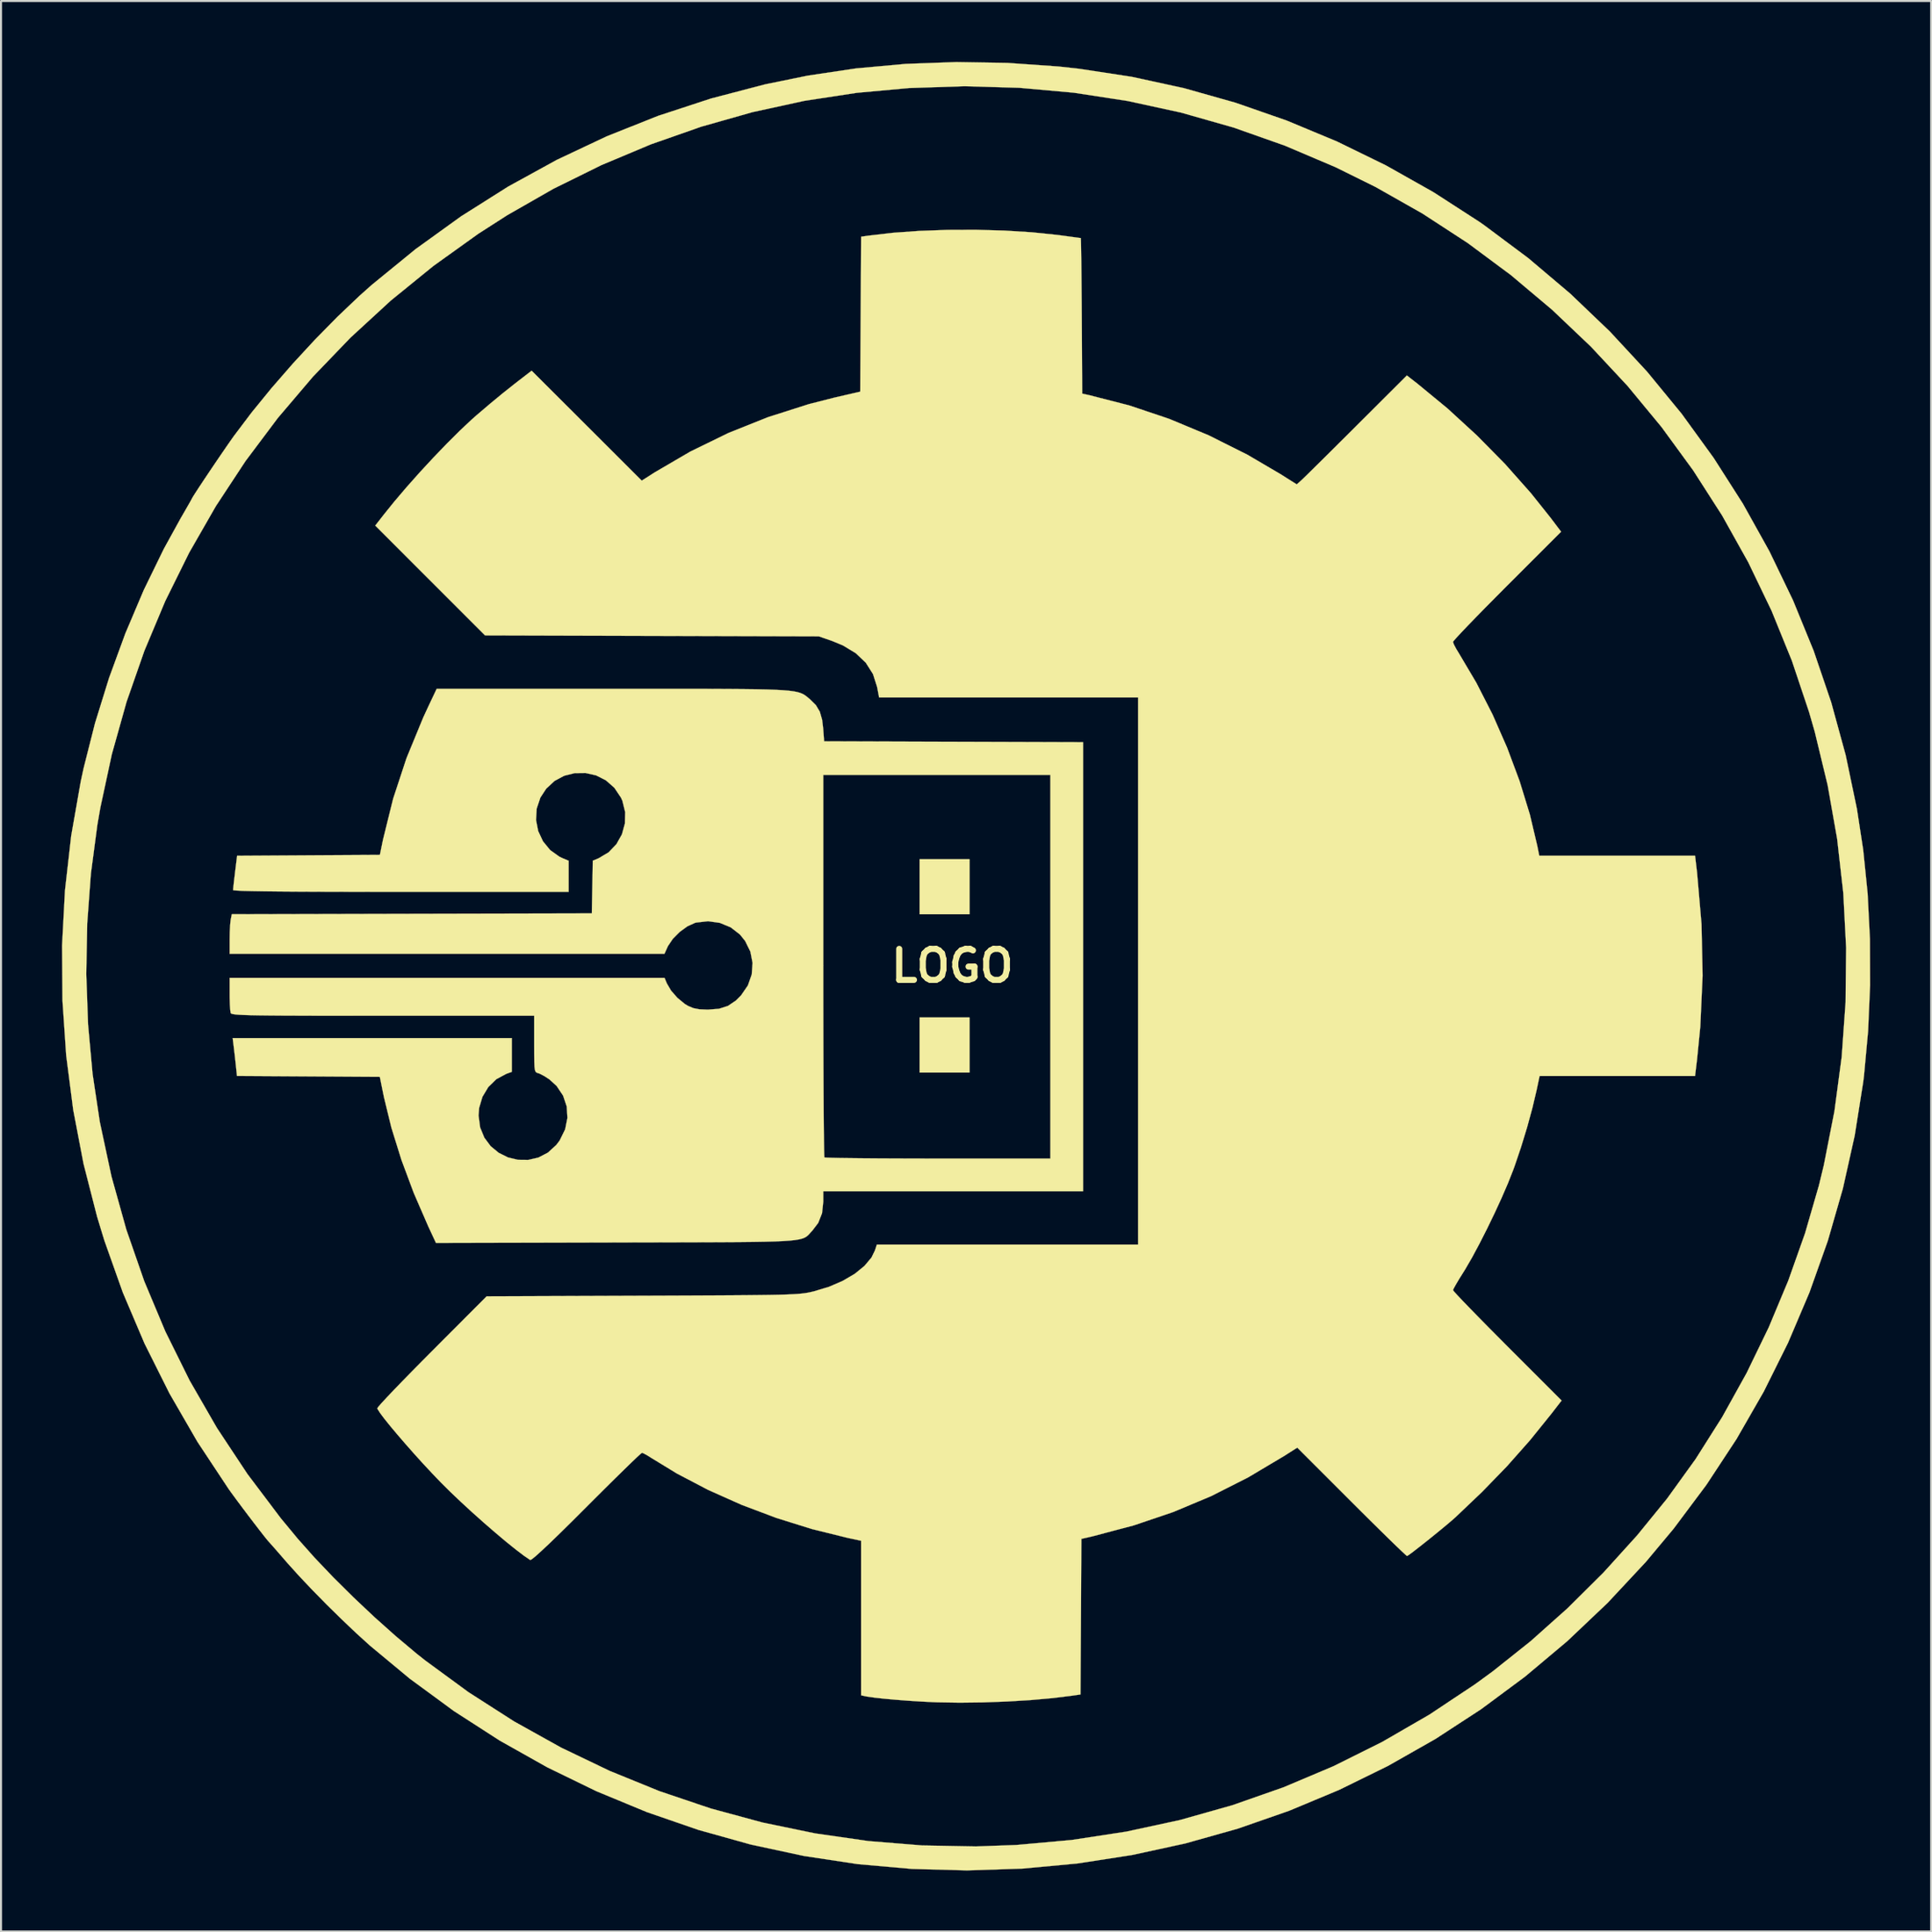
<source format=kicad_pcb>
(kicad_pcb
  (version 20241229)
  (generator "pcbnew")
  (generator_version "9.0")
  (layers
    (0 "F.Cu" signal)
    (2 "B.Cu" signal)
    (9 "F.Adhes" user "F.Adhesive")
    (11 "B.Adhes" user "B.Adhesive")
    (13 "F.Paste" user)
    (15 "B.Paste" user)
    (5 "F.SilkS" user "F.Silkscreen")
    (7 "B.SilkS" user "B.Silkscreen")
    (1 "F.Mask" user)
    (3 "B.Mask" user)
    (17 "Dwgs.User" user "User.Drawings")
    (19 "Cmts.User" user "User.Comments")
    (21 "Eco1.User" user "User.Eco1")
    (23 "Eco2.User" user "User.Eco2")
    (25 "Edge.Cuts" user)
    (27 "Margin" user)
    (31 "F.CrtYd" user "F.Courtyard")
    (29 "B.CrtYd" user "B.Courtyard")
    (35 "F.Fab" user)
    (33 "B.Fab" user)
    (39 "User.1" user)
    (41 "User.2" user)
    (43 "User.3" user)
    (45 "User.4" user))
  (footprint "LOGO"
    (layer "F.Cu")
    (at 43.812 44.479)
    (property "Reference" "LOGO" (at 0 0 0) (layer "F.SilkS") (effects (font (size 1.524 1.524) (thickness 0.3))))
    (attr through_hole)
    (fp_poly (pts (xy 0.847 -2.54) (xy -1.609 -2.54) (xy -1.609 -5.249) (xy 0.847 -5.249) (xy 0.847 -2.54)) (stroke (width 0.01) (type solid)) (fill yes) (layer "F.SilkS"))
    (fp_poly (pts (xy 0.847 5.249) (xy -1.609 5.249) (xy -1.609 2.54) (xy 0.847 2.54) (xy 0.847 5.249)) (stroke (width 0.01) (type solid)) (fill yes) (layer "F.SilkS"))
    (fp_poly (pts (xy -14.01 -13.631) (xy -12.883 -13.631) (xy -11.895 -13.629) (xy -11.036 -13.625) (xy -10.296 -13.619) (xy -9.665 -13.611) (xy -9.134 -13.599) (xy -8.692 -13.583) (xy -8.329 -13.563) (xy -8.036 -13.538) (xy -7.801 -13.507) (xy -7.616 -13.47) (xy -7.47 -13.427) (xy -7.353 -13.377) (xy -7.255 -13.319) (xy -7.167 -13.253) (xy -7.077 -13.179) (xy -7 -13.113) (xy -6.711 -12.827) (xy -6.52 -12.507) (xy -6.406 -12.107) (xy -6.355 -11.684) (xy -6.308 -11.049) (xy 0.064 -11.027) (xy 6.435 -11.006) (xy 6.435 11.091) (xy -6.35 11.091) (xy -6.35 11.602) (xy -6.41 12.172) (xy -6.598 12.649) (xy -6.883 13.022) (xy -6.965 13.111) (xy -7.035 13.191) (xy -7.103 13.261) (xy -7.178 13.323) (xy -7.27 13.376) (xy -7.39 13.422) (xy -7.546 13.461) (xy -7.749 13.494) (xy -8.009 13.521) (xy -8.336 13.543) (xy -8.739 13.561) (xy -9.228 13.574) (xy -9.813 13.584) (xy -10.505 13.592) (xy -11.312 13.597) (xy -12.245 13.601) (xy -13.313 13.604) (xy -14.527 13.607) (xy -15.896 13.61) (xy -16.535 13.612) (xy -25.408 13.634) (xy -25.793 12.807) (xy -26.502 11.173) (xy -27.108 9.548) (xy -27.601 7.964) (xy -27.97 6.452) (xy -27.982 6.392) (xy -28.171 5.461) (xy -31.686 5.439) (xy -35.2 5.417) (xy -35.256 4.889) (xy -35.296 4.523) (xy -35.339 4.152) (xy -35.362 3.958) (xy -35.412 3.556) (xy -21.675 3.556) (xy -21.675 5.215) (xy -21.956 5.317) (xy -22.438 5.577) (xy -22.833 5.963) (xy -23.122 6.445) (xy -23.285 6.992) (xy -23.313 7.366) (xy -23.236 7.95) (xy -23.029 8.454) (xy -22.717 8.874) (xy -22.322 9.2) (xy -21.867 9.426) (xy -21.374 9.545) (xy -20.867 9.55) (xy -20.368 9.434) (xy -19.9 9.191) (xy -19.486 8.813) (xy -19.318 8.588) (xy -19.052 8.047) (xy -18.939 7.481) (xy -18.974 6.918) (xy -19.153 6.385) (xy -19.47 5.911) (xy -19.829 5.585) (xy -20.075 5.425) (xy -20.297 5.309) (xy -20.378 5.28) (xy -20.451 5.257) (xy -20.503 5.215) (xy -20.537 5.127) (xy -20.559 4.969) (xy -20.569 4.716) (xy -20.573 4.343) (xy -20.574 3.843) (xy -20.574 2.455) (xy -28.016 2.455) (xy -29.316 2.455) (xy -30.458 2.454) (xy -31.451 2.453) (xy -32.306 2.45) (xy -33.032 2.447) (xy -33.64 2.442) (xy -34.141 2.436) (xy -34.545 2.428) (xy -34.862 2.418) (xy -35.102 2.406) (xy -35.275 2.392) (xy -35.393 2.375) (xy -35.464 2.356) (xy -35.5 2.334) (xy -35.509 2.321) (xy -35.531 2.181) (xy -35.549 1.917) (xy -35.559 1.576) (xy -35.56 1.39) (xy -35.56 0.593) (xy -14.16 0.593) (xy -14.046 0.867) (xy -13.839 1.219) (xy -13.529 1.573) (xy -13.172 1.869) (xy -13.002 1.973) (xy -12.743 2.081) (xy -12.446 2.138) (xy -12.046 2.155) (xy -12.023 2.155) (xy -11.481 2.113) (xy -11.041 1.972) (xy -10.654 1.712) (xy -10.399 1.458) (xy -10.059 0.965) (xy -9.869 0.422) (xy -9.828 -0.143) (xy -9.936 -0.7) (xy -10.192 -1.222) (xy -10.453 -1.546) (xy -10.906 -1.896) (xy -11.441 -2.116) (xy -12.02 -2.197) (xy -12.606 -2.13) (xy -12.664 -2.115) (xy -13.034 -1.947) (xy -13.415 -1.67) (xy -13.752 -1.331) (xy -13.991 -0.977) (xy -14.01 -0.938) (xy -14.165 -0.593) (xy -35.56 -0.593) (xy -35.56 -1.302) (xy -35.554 -1.669) (xy -35.537 -2.002) (xy -35.513 -2.241) (xy -35.507 -2.275) (xy -35.454 -2.539) (xy -26.596 -2.561) (xy -17.738 -2.582) (xy -17.691 -5.175) (xy -17.4 -5.297) (xy -16.913 -5.586) (xy -16.528 -5.989) (xy -16.257 -6.473) (xy -16.11 -7.009) (xy -16.098 -7.568) (xy -16.233 -8.118) (xy -16.305 -8.279) (xy -16.633 -8.767) (xy -17.05 -9.132) (xy -17.531 -9.374) (xy -17.639 -9.398) (xy -6.35 -9.398) (xy -6.35 -0.014) (xy -6.35 1.232) (xy -6.348 2.431) (xy -6.346 3.572) (xy -6.343 4.643) (xy -6.339 5.635) (xy -6.334 6.535) (xy -6.329 7.334) (xy -6.323 8.02) (xy -6.317 8.582) (xy -6.31 9.01) (xy -6.303 9.293) (xy -6.295 9.42) (xy -6.294 9.426) (xy -6.201 9.436) (xy -5.954 9.445) (xy -5.566 9.454) (xy -5.051 9.461) (xy -4.423 9.468) (xy -3.698 9.474) (xy -2.888 9.478) (xy -2.009 9.481) (xy -1.073 9.483) (xy -0.706 9.483) (xy 4.826 9.483) (xy 4.826 -9.398) (xy -6.35 -9.398) (xy -17.639 -9.398) (xy -18.05 -9.491) (xy -18.58 -9.485) (xy -19.096 -9.355) (xy -19.572 -9.101) (xy -19.981 -8.723) (xy -20.271 -8.279) (xy -20.453 -7.737) (xy -20.485 -7.177) (xy -20.378 -6.631) (xy -20.142 -6.127) (xy -19.79 -5.697) (xy -19.331 -5.37) (xy -19.174 -5.296) (xy -18.881 -5.173) (xy -18.881 -3.641) (xy -27.136 -3.641) (xy -28.66 -3.641) (xy -30.019 -3.644) (xy -31.216 -3.647) (xy -32.254 -3.652) (xy -33.137 -3.659) (xy -33.869 -3.668) (xy -34.453 -3.678) (xy -34.893 -3.689) (xy -35.193 -3.703) (xy -35.356 -3.718) (xy -35.391 -3.73) (xy -35.381 -3.849) (xy -35.355 -4.094) (xy -35.316 -4.422) (xy -35.293 -4.618) (xy -35.194 -5.417) (xy -31.681 -5.439) (xy -28.168 -5.461) (xy -28.011 -6.223) (xy -27.516 -8.223) (xy -26.859 -10.219) (xy -26.036 -12.218) (xy -25.804 -12.721) (xy -25.374 -13.631) (xy -16.724 -13.631) (xy -15.287 -13.631) (xy -14.01 -13.631)) (stroke (width 0.01) (type solid)) (fill yes) (layer "F.SilkS"))
    (fp_poly (pts (xy 2.717 -44.432) (xy 5.222 -44.256) (xy 6.223 -44.147) (xy 8.814 -43.752) (xy 11.392 -43.192) (xy 13.944 -42.471) (xy 16.46 -41.595) (xy 18.928 -40.567) (xy 21.335 -39.392) (xy 23.672 -38.075) (xy 25.925 -36.62) (xy 26.163 -36.454) (xy 28.342 -34.828) (xy 30.408 -33.08) (xy 32.357 -31.216) (xy 34.186 -29.243) (xy 35.889 -27.169) (xy 37.463 -24.999) (xy 38.904 -22.742) (xy 40.207 -20.403) (xy 41.369 -17.99) (xy 42.384 -15.509) (xy 43.25 -12.967) (xy 43.961 -10.372) (xy 44.514 -7.73) (xy 44.823 -5.715) (xy 45.042 -3.561) (xy 45.155 -1.323) (xy 45.163 0.951) (xy 45.065 3.213) (xy 44.862 5.415) (xy 44.825 5.715) (xy 44.406 8.352) (xy 43.823 10.962) (xy 43.081 13.536) (xy 42.182 16.064) (xy 41.131 18.537) (xy 39.933 20.946) (xy 38.592 23.282) (xy 37.111 25.535) (xy 35.495 27.697) (xy 34.124 29.337) (xy 32.245 31.35) (xy 30.263 33.23) (xy 28.185 34.975) (xy 26.018 36.582) (xy 23.766 38.049) (xy 21.436 39.372) (xy 19.035 40.55) (xy 16.568 41.58) (xy 14.041 42.46) (xy 11.46 43.186) (xy 8.831 43.757) (xy 6.161 44.17) (xy 3.455 44.422) (xy 0.72 44.511) (xy -1.99 44.438) (xy -4.656 44.202) (xy -7.302 43.801) (xy -9.919 43.238) (xy -12.499 42.517) (xy -15.033 41.642) (xy -17.512 40.616) (xy -19.926 39.442) (xy -22.268 38.125) (xy -24.529 36.668) (xy -26.699 35.075) (xy -28.658 33.448) (xy -29.322 32.846) (xy -30.039 32.165) (xy -30.774 31.443) (xy -31.49 30.714) (xy -32.151 30.015) (xy -32.721 29.383) (xy -32.786 29.308) (xy -33.07 28.98) (xy -33.315 28.699) (xy -33.5 28.489) (xy -33.602 28.376) (xy -33.614 28.363) (xy -33.7 28.265) (xy -33.867 28.057) (xy -34.095 27.765) (xy -34.365 27.414) (xy -34.656 27.032) (xy -34.949 26.643) (xy -35.224 26.274) (xy -35.46 25.952) (xy -35.613 25.739) (xy -37.144 23.424) (xy -38.523 21.038) (xy -39.749 18.586) (xy -40.818 16.073) (xy -41.729 13.506) (xy -42.081 12.352) (xy -42.75 9.741) (xy -43.258 7.09) (xy -43.604 4.409) (xy -43.787 1.709) (xy -43.797 0.403) (xy -42.617 0.403) (xy -42.529 2.882) (xy -42.306 5.323) (xy -41.951 7.682) (xy -41.378 10.358) (xy -40.648 12.972) (xy -39.763 15.52) (xy -38.722 18) (xy -37.529 20.409) (xy -36.183 22.745) (xy -34.687 25.005) (xy -33.041 27.188) (xy -32.204 28.199) (xy -31.387 29.118) (xy -30.461 30.091) (xy -29.46 31.083) (xy -28.422 32.061) (xy -27.38 32.99) (xy -26.371 33.838) (xy -25.95 34.172) (xy -23.8 35.748) (xy -21.56 37.183) (xy -19.241 38.474) (xy -16.85 39.62) (xy -14.397 40.618) (xy -11.889 41.464) (xy -9.336 42.157) (xy -6.746 42.692) (xy -4.127 43.069) (xy -1.489 43.284) (xy 1.161 43.334) (xy 3.157 43.262) (xy 5.879 43.015) (xy 8.559 42.605) (xy 11.193 42.036) (xy 13.775 41.307) (xy 16.3 40.422) (xy 18.762 39.382) (xy 21.158 38.188) (xy 23.482 36.844) (xy 25.728 35.35) (xy 26.585 34.725) (xy 28.453 33.238) (xy 30.279 31.609) (xy 32.039 29.861) (xy 33.706 28.02) (xy 35.172 26.219) (xy 36.573 24.277) (xy 37.881 22.211) (xy 39.085 20.042) (xy 40.174 17.795) (xy 41.137 15.492) (xy 41.965 13.156) (xy 42.645 10.81) (xy 42.885 9.821) (xy 43.408 7.162) (xy 43.766 4.483) (xy 43.958 1.795) (xy 43.985 -0.896) (xy 43.846 -3.58) (xy 43.543 -6.25) (xy 43.075 -8.896) (xy 42.443 -11.512) (xy 42.162 -12.488) (xy 41.317 -15.011) (xy 40.318 -17.468) (xy 39.172 -19.853) (xy 37.884 -22.159) (xy 36.459 -24.381) (xy 34.904 -26.511) (xy 33.224 -28.544) (xy 31.424 -30.473) (xy 29.51 -32.291) (xy 27.489 -33.992) (xy 25.364 -35.57) (xy 23.142 -37.017) (xy 20.829 -38.328) (xy 18.858 -39.302) (xy 16.369 -40.36) (xy 13.832 -41.256) (xy 11.251 -41.99) (xy 8.632 -42.56) (xy 5.98 -42.967) (xy 3.298 -43.209) (xy 0.593 -43.286) (xy -2.132 -43.197) (xy -4.699 -42.962) (xy -7.268 -42.57) (xy -9.823 -42.013) (xy -12.349 -41.297) (xy -14.833 -40.426) (xy -17.264 -39.406) (xy -19.626 -38.241) (xy -21.907 -36.936) (xy -23.326 -36.025) (xy -25.539 -34.439) (xy -27.636 -32.734) (xy -29.612 -30.917) (xy -31.463 -28.992) (xy -33.187 -26.965) (xy -34.779 -24.843) (xy -36.235 -22.63) (xy -37.553 -20.333) (xy -38.728 -17.957) (xy -39.756 -15.507) (xy -40.635 -12.991) (xy -41.359 -10.412) (xy -41.926 -7.778) (xy -42.071 -6.943) (xy -42.389 -4.542) (xy -42.571 -2.082) (xy -42.617 0.403) (xy -43.797 0.403) (xy -43.807 -1) (xy -43.664 -3.707) (xy -43.358 -6.401) (xy -42.888 -9.073) (xy -42.744 -9.737) (xy -42.184 -11.947) (xy -41.496 -14.165) (xy -40.694 -16.356) (xy -39.79 -18.487) (xy -38.799 -20.521) (xy -37.983 -22.003) (xy -37.775 -22.362) (xy -37.603 -22.663) (xy -37.48 -22.879) (xy -37.424 -22.982) (xy -37.423 -22.987) (xy -37.377 -23.069) (xy -37.253 -23.266) (xy -37.064 -23.555) (xy -36.829 -23.911) (xy -36.562 -24.31) (xy -36.28 -24.728) (xy -36 -25.14) (xy -35.737 -25.523) (xy -35.508 -25.853) (xy -35.339 -26.091) (xy -34.473 -27.238) (xy -33.499 -28.432) (xy -32.45 -29.637) (xy -31.359 -30.818) (xy -30.258 -31.938) (xy -29.181 -32.963) (xy -28.575 -33.503) (xy -26.416 -35.266) (xy -24.176 -36.881) (xy -21.858 -38.346) (xy -19.466 -39.66) (xy -17.002 -40.822) (xy -14.469 -41.83) (xy -11.87 -42.682) (xy -9.209 -43.378) (xy -7.112 -43.807) (xy -4.743 -44.161) (xy -2.295 -44.384) (xy 0.201 -44.474) (xy 2.717 -44.432)) (stroke (width 0.01) (type solid)) (fill yes) (layer "F.SilkS"))
    (fp_poly (pts (xy 2.567 -36.181) (xy 3.917 -36.097) (xy 5.169 -35.968) (xy 5.412 -35.936) (xy 5.778 -35.886) (xy 6.075 -35.846) (xy 6.267 -35.82) (xy 6.322 -35.814) (xy 6.328 -35.732) (xy 6.334 -35.498) (xy 6.341 -35.128) (xy 6.348 -34.639) (xy 6.354 -34.049) (xy 6.36 -33.373) (xy 6.366 -32.629) (xy 6.37 -31.986) (xy 6.392 -28.158) (xy 6.731 -28.085) (xy 8.704 -27.579) (xy 10.676 -26.916) (xy 12.621 -26.105) (xy 14.516 -25.156) (xy 16.144 -24.201) (xy 16.95 -23.693) (xy 17.172 -23.89) (xy 17.279 -23.992) (xy 17.492 -24.199) (xy 17.796 -24.499) (xy 18.179 -24.877) (xy 18.625 -25.319) (xy 19.121 -25.812) (xy 19.654 -26.342) (xy 19.882 -26.57) (xy 22.37 -29.052) (xy 22.89 -28.647) (xy 24.372 -27.426) (xy 25.82 -26.097) (xy 27.199 -24.697) (xy 28.474 -23.26) (xy 29.441 -22.048) (xy 29.958 -21.364) (xy 27.298 -18.705) (xy 26.746 -18.15) (xy 26.232 -17.63) (xy 25.769 -17.157) (xy 25.369 -16.743) (xy 25.044 -16.402) (xy 24.807 -16.146) (xy 24.669 -15.988) (xy 24.638 -15.941) (xy 24.681 -15.819) (xy 24.793 -15.605) (xy 24.928 -15.383) (xy 25.79 -13.926) (xy 26.587 -12.365) (xy 27.301 -10.739) (xy 27.918 -9.086) (xy 28.422 -7.445) (xy 28.786 -5.905) (xy 28.883 -5.419) (xy 36.55 -5.419) (xy 36.648 -4.593) (xy 36.868 -2.046) (xy 36.921 0.478) (xy 36.808 2.988) (xy 36.649 4.593) (xy 36.549 5.419) (xy 28.9 5.419) (xy 28.752 6.117) (xy 28.546 6.99) (xy 28.284 7.95) (xy 27.984 8.929) (xy 27.667 9.864) (xy 27.589 10.075) (xy 27.341 10.702) (xy 27.033 11.415) (xy 26.683 12.175) (xy 26.311 12.943) (xy 25.936 13.682) (xy 25.576 14.352) (xy 25.25 14.915) (xy 25.153 15.071) (xy 24.947 15.4) (xy 24.781 15.68) (xy 24.672 15.878) (xy 24.639 15.959) (xy 24.697 16.035) (xy 24.863 16.217) (xy 25.125 16.494) (xy 25.471 16.853) (xy 25.889 17.281) (xy 26.366 17.767) (xy 26.892 18.297) (xy 27.31 18.717) (xy 29.982 21.39) (xy 29.497 22.019) (xy 28.43 23.342) (xy 27.297 24.621) (xy 26.067 25.889) (xy 24.765 27.129) (xy 24.566 27.304) (xy 24.292 27.536) (xy 23.966 27.805) (xy 23.616 28.09) (xy 23.266 28.37) (xy 22.941 28.626) (xy 22.669 28.837) (xy 22.473 28.982) (xy 22.38 29.04) (xy 22.378 29.041) (xy 22.306 28.983) (xy 22.127 28.817) (xy 21.853 28.555) (xy 21.497 28.209) (xy 21.071 27.791) (xy 20.587 27.314) (xy 20.059 26.789) (xy 19.643 26.374) (xy 16.975 23.707) (xy 16.34 24.112) (xy 14.548 25.178) (xy 12.735 26.095) (xy 10.873 26.876) (xy 8.935 27.532) (xy 6.892 28.074) (xy 6.584 28.145) (xy 6.352 28.197) (xy 6.33 32.026) (xy 6.308 35.854) (xy 5.884 35.916) (xy 4.928 36.034) (xy 3.85 36.13) (xy 2.699 36.2) (xy 1.522 36.243) (xy 0.365 36.257) (xy -0.724 36.239) (xy -0.974 36.23) (xy -1.579 36.199) (xy -2.201 36.159) (xy -2.806 36.112) (xy -3.359 36.062) (xy -3.827 36.01) (xy -4.177 35.961) (xy -4.297 35.938) (xy -4.487 35.895) (xy -4.487 28.29) (xy -5.144 28.15) (xy -6.908 27.714) (xy -8.662 27.166) (xy -10.374 26.52) (xy -12.015 25.788) (xy -13.551 24.983) (xy -14.772 24.238) (xy -15.01 24.089) (xy -15.194 23.989) (xy -15.27 23.961) (xy -15.344 24.019) (xy -15.525 24.185) (xy -15.799 24.448) (xy -16.156 24.794) (xy -16.583 25.213) (xy -17.066 25.691) (xy -17.595 26.217) (xy -18.007 26.63) (xy -18.696 27.318) (xy -19.294 27.908) (xy -19.797 28.395) (xy -20.201 28.775) (xy -20.5 29.045) (xy -20.692 29.2) (xy -20.769 29.238) (xy -21.075 29.03) (xy -21.478 28.723) (xy -21.958 28.337) (xy -22.49 27.889) (xy -23.053 27.401) (xy -23.624 26.892) (xy -24.18 26.38) (xy -24.699 25.887) (xy -25.158 25.431) (xy -25.583 24.988) (xy -26.026 24.513) (xy -26.471 24.022) (xy -26.901 23.535) (xy -27.301 23.071) (xy -27.655 22.649) (xy -27.947 22.286) (xy -28.16 22.002) (xy -28.279 21.815) (xy -28.296 21.773) (xy -28.243 21.696) (xy -28.082 21.512) (xy -27.824 21.233) (xy -27.482 20.873) (xy -27.067 20.443) (xy -26.591 19.955) (xy -26.065 19.423) (xy -25.617 18.972) (xy -22.914 16.263) (xy -15.246 16.233) (xy -13.931 16.228) (xy -12.775 16.223) (xy -11.765 16.218) (xy -10.891 16.213) (xy -10.141 16.207) (xy -9.503 16.2) (xy -8.967 16.193) (xy -8.521 16.184) (xy -8.154 16.173) (xy -7.855 16.16) (xy -7.611 16.145) (xy -7.412 16.127) (xy -7.247 16.106) (xy -7.104 16.083) (xy -6.972 16.055) (xy -6.839 16.024) (xy -6.816 16.019) (xy -6.066 15.793) (xy -5.387 15.499) (xy -4.798 15.153) (xy -4.322 14.766) (xy -3.977 14.354) (xy -3.809 14.009) (xy -3.712 13.716) (xy 9.144 13.716) (xy 9.144 -13.208) (xy -3.602 -13.208) (xy -3.7 -13.725) (xy -3.903 -14.359) (xy -4.254 -14.914) (xy -4.749 -15.385) (xy -5.385 -15.77) (xy -5.884 -15.976) (xy -6.562 -16.214) (xy -22.994 -16.262) (xy -25.695 -18.964) (xy -28.396 -21.666) (xy -27.98 -22.199) (xy -27.456 -22.849) (xy -26.856 -23.554) (xy -26.206 -24.285) (xy -25.534 -25.011) (xy -24.868 -25.704) (xy -24.235 -26.334) (xy -23.662 -26.873) (xy -23.409 -27.097) (xy -22.737 -27.669) (xy -22.14 -28.162) (xy -21.568 -28.617) (xy -21.388 -28.757) (xy -20.701 -29.287) (xy -17.991 -26.582) (xy -15.282 -23.876) (xy -14.647 -24.282) (xy -12.885 -25.311) (xy -11.019 -26.221) (xy -9.071 -27) (xy -7.066 -27.64) (xy -5.8 -27.963) (xy -4.53 -28.256) (xy -4.508 -32.068) (xy -4.486 -35.88) (xy -4.127 -35.932) (xy -2.941 -36.071) (xy -1.635 -36.165) (xy -0.253 -36.215) (xy 1.162 -36.22) (xy 2.567 -36.181)) (stroke (width 0.01) (type solid)) (fill yes) (layer "F.SilkS")))
  (gr_rect
    (start -3 -3)
    (end 91.98 91.996)
    (stroke (width 0.1) (type default))
    (fill no)
    (layer "Edge.Cuts")))
</source>
